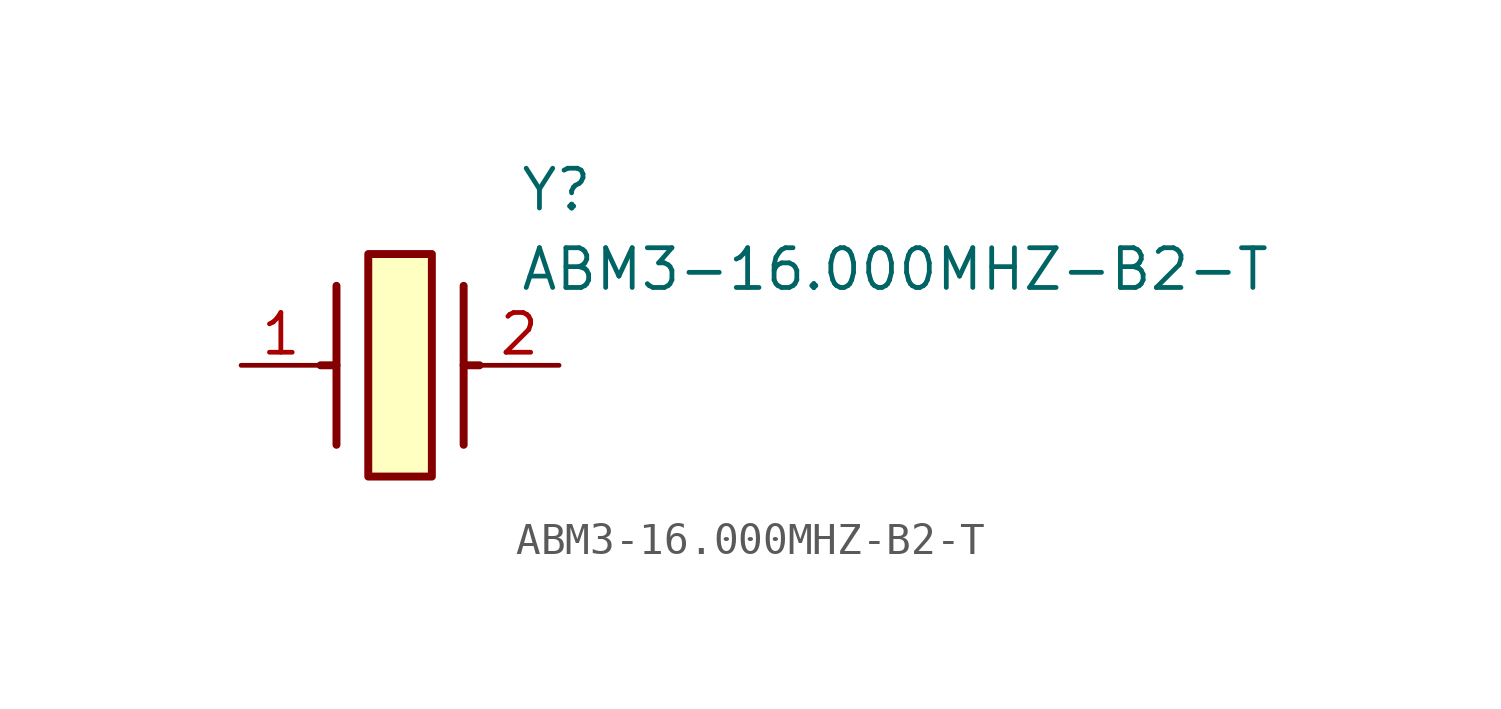
<source format=kicad_sym>
(kicad_symbol_lib
  (version 20220914)
  (generator kicad_symbol_editor)
  (symbol "ABM3-16.000MHZ-B2-T"
    (pin_names hide)
    (property "Reference" "Y"
      (at 8.89 6.35 0)
      (effects (font (size 1.27 1.27)) (justify left top)))
    (property "Value" "ABM3-16.000MHZ-B2-T"
      (at 8.89 3.81 0)
      (effects (font (size 1.27 1.27)) (justify left top)))
    (symbol "ABM3-16.000MHZ-B2-T_1_1"
      (polyline (pts (xy 3.048 0) (xy 2.54 0)) (stroke (width 0.254) (type default)) (fill (type none)))
      (polyline (pts (xy 3.048 2.54) (xy 3.048 -2.54)) (stroke (width 0.254) (type default)) (fill (type none)))
      (polyline (pts (xy 7.112 0) (xy 7.62 0)) (stroke (width 0.254) (type default)) (fill (type none)))
      (polyline (pts (xy 7.112 2.54) (xy 7.112 -2.54)) (stroke (width 0.254) (type default)) (fill (type none)))
      (rectangle (start 4.064 3.556) (end 6.096 -3.556) (stroke (width 0.254) (type default)) (fill (type background)))
      (pin passive line (at 0 0 0) (length 2.54) (name "1" (effects (font (size 1.27 1.27)))) (number "1" (effects (font (size 1.27 1.27)))))
      (pin passive line (at 10.16 0 180) (length 2.54) (name "2" (effects (font (size 1.27 1.27)))) (number "2" (effects (font (size 1.27 1.27))))))))
</source>
